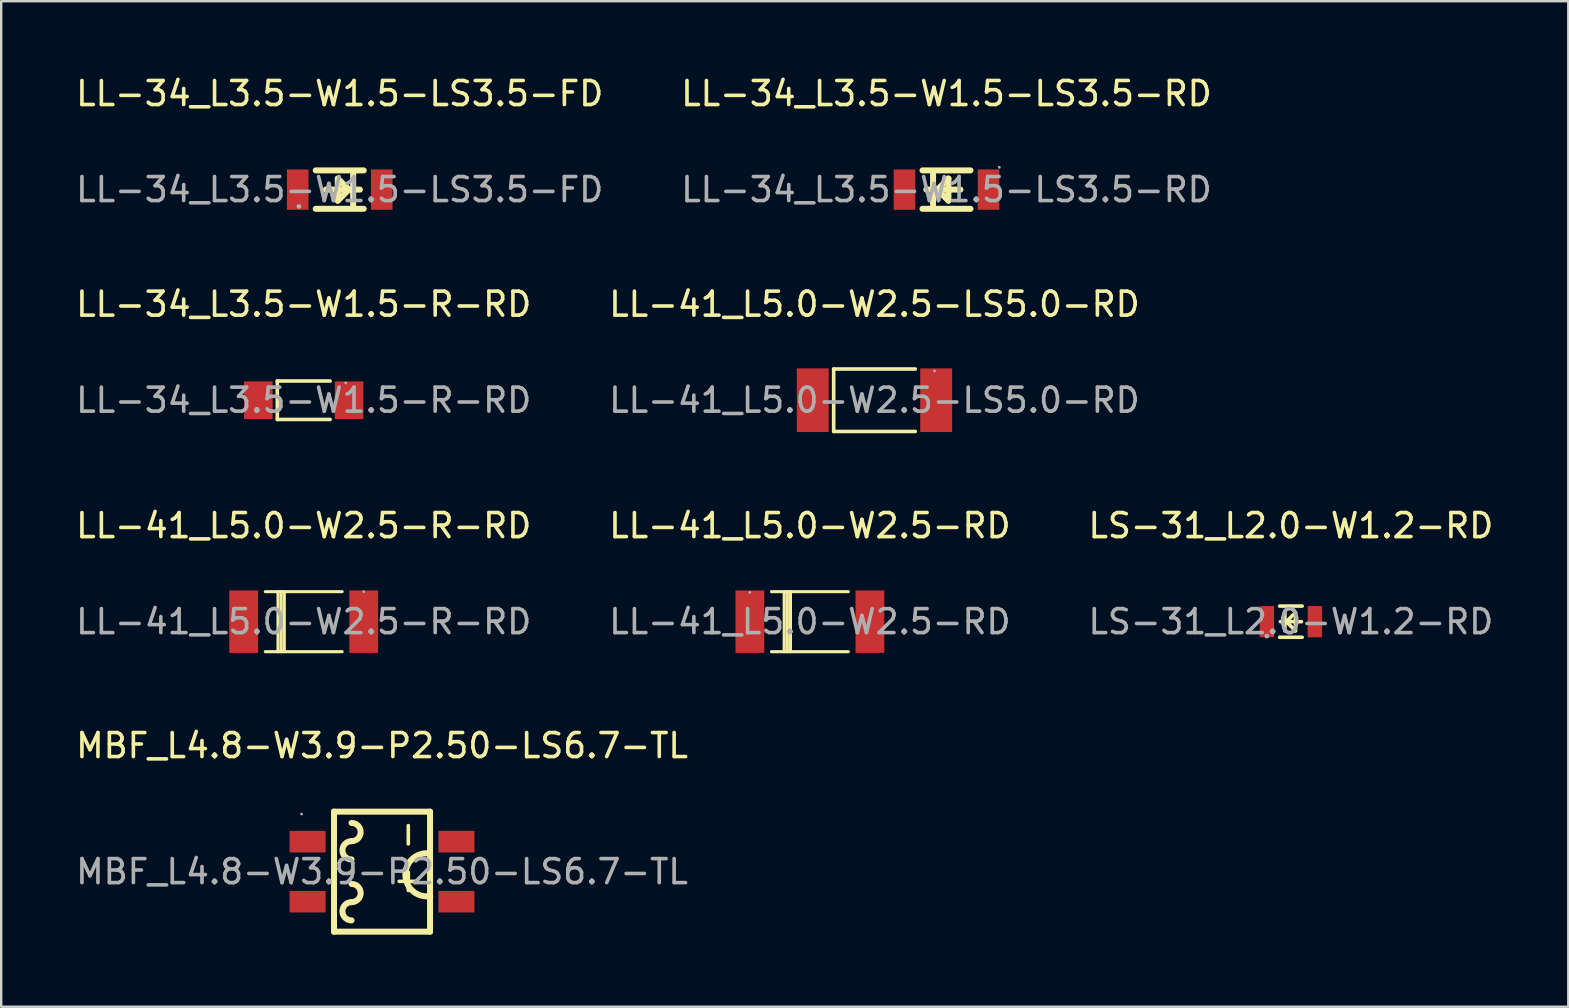
<source format=kicad_pcb>
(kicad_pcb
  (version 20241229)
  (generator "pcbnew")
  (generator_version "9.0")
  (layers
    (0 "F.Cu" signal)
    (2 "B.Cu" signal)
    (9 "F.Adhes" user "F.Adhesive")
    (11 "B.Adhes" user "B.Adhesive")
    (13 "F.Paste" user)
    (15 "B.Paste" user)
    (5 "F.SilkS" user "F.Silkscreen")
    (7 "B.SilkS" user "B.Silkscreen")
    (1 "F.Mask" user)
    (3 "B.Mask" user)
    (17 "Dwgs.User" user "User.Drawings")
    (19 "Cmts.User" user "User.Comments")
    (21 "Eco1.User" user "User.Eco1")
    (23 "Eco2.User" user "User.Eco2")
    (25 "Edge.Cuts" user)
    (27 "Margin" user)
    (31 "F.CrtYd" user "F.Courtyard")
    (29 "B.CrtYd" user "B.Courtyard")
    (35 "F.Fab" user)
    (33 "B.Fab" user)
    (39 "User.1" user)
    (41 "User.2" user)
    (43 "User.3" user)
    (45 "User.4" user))
  (footprint "LL-34_L3.5-W1.5-LS3.5-RD"
    (layer "F.Cu")
    (at 36.375 4.848)
    (property "Reference" "LL-34_L3.5-W1.5-LS3.5-RD" (at 0 -4 0) (layer "F.SilkS") (effects (font (size 1 1) (thickness 0.15))))
    (attr through_hole)
    (fp_line (start -0.56 0.63) (end -0.56 -0.64) (stroke (width 0.25) (type solid)) (layer "F.SilkS"))
    (fp_line (start -0.38 0) (end 0.08 0.46) (stroke (width 0.25) (type solid)) (layer "F.SilkS"))
    (fp_line (start 0.08 -0.46) (end -0.38 0) (stroke (width 0.25) (type solid)) (layer "F.SilkS"))
    (fp_line (start 0.08 0.46) (end 0.08 -0.46) (stroke (width 0.25) (type solid)) (layer "F.SilkS"))
    (fp_line (start 0.58 0) (end -0.84 0) (stroke (width 0.25) (type solid)) (layer "F.SilkS"))
    (fp_line (start 1 -0.8) (end -1 -0.8) (stroke (width 0.25) (type solid)) (layer "F.SilkS"))
    (fp_line (start 1 0.8) (end -1 0.8) (stroke (width 0.25) (type solid)) (layer "F.SilkS"))
    (fp_circle (center 2.2 -0.93) (end 2.23 -0.93) (stroke (width 0.06) (type solid)) (fill no) (layer "F.Fab"))
    (fp_text user "${REFERENCE}" (at 0 0 0) (layer "F.Fab") (effects (font (size 1 1) (thickness 0.15))))
    (pad "1" smd rect (at 1.75 0) (size 0.9 1.68) (layers "F.Cu" "F.Mask" "F.Paste"))
    (pad "2" smd rect (at -1.75 0) (size 0.9 1.68) (layers "F.Cu" "F.Mask" "F.Paste")))
  (footprint "MBF_L4.8-W3.9-P2.50-LS6.7-TL"
    (layer "F.Cu")
    (at 12.863 33.258)
    (property "Reference" "MBF_L4.8-W3.9-P2.50-LS6.7-TL" (at 0 -5.25 0) (layer "F.SilkS") (effects (font (size 1 1) (thickness 0.15))))
    (attr through_hole)
    (fp_line (start -2 -2.5) (end -2 2.5) (stroke (width 0.25) (type solid)) (layer "F.SilkS"))
    (fp_line (start -2 -2.5) (end 2 -2.5) (stroke (width 0.25) (type solid)) (layer "F.SilkS"))
    (fp_line (start 2 2.5) (end -2 2.5) (stroke (width 0.25) (type solid)) (layer "F.SilkS"))
    (fp_line (start 2 2.5) (end 2 -2.5) (stroke (width 0.25) (type solid)) (layer "F.SilkS"))
    (fp_arc (start -1.27 -2.03) (mid -0.89 -1.65) (end -1.27 -1.27) (stroke (width 0.25) (type solid)) (layer "F.SilkS"))
    (fp_arc (start -1.27 -0.51) (mid -1.65 -0.89) (end -1.27 -1.27) (stroke (width 0.25) (type solid)) (layer "F.SilkS"))
    (fp_arc (start -1.27 0.51) (mid -0.89 0.89) (end -1.27 1.27) (stroke (width 0.25) (type solid)) (layer "F.SilkS"))
    (fp_arc (start -1.27 2.03) (mid -1.65 1.65) (end -1.27 1.27) (stroke (width 0.25) (type solid)) (layer "F.SilkS"))
    (fp_arc (start 2.007443 1.018881) (mid 0.970564 0.133763) (end 2 -0.76) (stroke (width 0.25) (type solid)) (layer "F.SilkS"))
    (fp_circle (center -3.35 -2.4) (end -3.32 -2.4) (stroke (width 0.06) (type solid)) (fill no) (layer "F.Fab"))
    (fp_text user "-" (at 1.02 -0.82 90) (layer "F.SilkS") (effects (font (size 1 1) (thickness 0.15)) (justify left)))
    (fp_text user "+" (at 1.02 1.12 270) (layer "F.SilkS") (effects (font (size 1 1) (thickness 0.15)) (justify left)))
    (fp_text user "${REFERENCE}" (at 0 0 0) (layer "F.Fab") (effects (font (size 1 1) (thickness 0.15))))
    (pad "1" smd rect (at -3.1 -1.25 180) (size 1.5 0.9) (layers "F.Cu" "F.Mask" "F.Paste"))
    (pad "2" smd rect (at -3.1 1.25 180) (size 1.5 0.9) (layers "F.Cu" "F.Mask" "F.Paste"))
    (pad "3" smd rect (at 3.1 1.25 180) (size 1.5 0.9) (layers "F.Cu" "F.Mask" "F.Paste"))
    (pad "4" smd rect (at 3.1 -1.25 180) (size 1.5 0.9) (layers "F.Cu" "F.Mask" "F.Paste")))
  (footprint "LL-34_L3.5-W1.5-LS3.5-FD"
    (layer "F.Cu")
    (at 11.101 4.848)
    (property "Reference" "LL-34_L3.5-W1.5-LS3.5-FD" (at 0 -4 0) (layer "F.SilkS") (effects (font (size 1 1) (thickness 0.15))))
    (attr through_hole)
    (fp_line (start -1 -0.8) (end 1 -0.8) (stroke (width 0.25) (type solid)) (layer "F.SilkS"))
    (fp_line (start -1 0.8) (end 1 0.8) (stroke (width 0.25) (type solid)) (layer "F.SilkS"))
    (fp_line (start -0.58 0) (end 0.84 0) (stroke (width 0.25) (type solid)) (layer "F.SilkS"))
    (fp_line (start -0.08 -0.46) (end -0.08 0.46) (stroke (width 0.25) (type solid)) (layer "F.SilkS"))
    (fp_line (start -0.08 0.46) (end 0.38 0) (stroke (width 0.25) (type solid)) (layer "F.SilkS"))
    (fp_line (start 0.38 0) (end -0.08 -0.46) (stroke (width 0.25) (type solid)) (layer "F.SilkS"))
    (fp_line (start 0.56 -0.64) (end 0.56 0.63) (stroke (width 0.25) (type solid)) (layer "F.SilkS"))
    (fp_circle (center -1.7 0.7) (end -1.65 0.7) (stroke (width 0.1) (type solid)) (fill no) (layer "F.Fab"))
    (fp_text user "${REFERENCE}" (at 0 0 0) (layer "F.Fab") (effects (font (size 1 1) (thickness 0.15))))
    (pad "1" smd rect (at -1.75 0 180) (size 0.9 1.68) (layers "F.Cu" "F.Mask" "F.Paste"))
    (pad "2" smd rect (at 1.75 0 180) (size 0.9 1.68) (layers "F.Cu" "F.Mask" "F.Paste")))
  (footprint "LL-41_L5.0-W2.5-LS5.0-RD"
    (layer "F.Cu")
    (at 33.375 13.621)
    (property "Reference" "LL-41_L5.0-W2.5-LS5.0-RD" (at 0 -4 0) (layer "F.SilkS") (effects (font (size 1 1) (thickness 0.15))))
    (attr through_hole)
    (fp_line (start -1.7 -1.3) (end -1.7 1.3) (stroke (width 0.15) (type solid)) (layer "F.SilkS"))
    (fp_line (start -1.7 -1.3) (end 1.7 -1.3) (stroke (width 0.15) (type solid)) (layer "F.SilkS"))
    (fp_line (start -1.7 1.3) (end 1.7 1.3) (stroke (width 0.15) (type solid)) (layer "F.SilkS"))
    (fp_circle (center 2.5 -1.22) (end 2.53 -1.22) (stroke (width 0.06) (type solid)) (fill no) (layer "F.Fab"))
    (fp_text user "${REFERENCE}" (at 0 0 0) (layer "F.Fab") (effects (font (size 1 1) (thickness 0.15))))
    (pad "1" smd rect (at 2.57 0) (size 1.33 2.65) (layers "F.Cu" "F.Mask" "F.Paste"))
    (pad "2" smd rect (at -2.57 0) (size 1.33 2.65) (layers "F.Cu" "F.Mask" "F.Paste")))
  (footprint "LL-34_L3.5-W1.5-R-RD"
    (layer "F.Cu")
    (at 9.601 13.621)
    (property "Reference" "LL-34_L3.5-W1.5-R-RD" (at 0 -4 0) (layer "F.SilkS") (effects (font (size 1 1) (thickness 0.15))))
    (attr through_hole)
    (fp_line (start -1.1 -0.8) (end -1.1 0.8) (stroke (width 0.15) (type solid)) (layer "F.SilkS"))
    (fp_line (start -1.1 -0.8) (end 1.1 -0.8) (stroke (width 0.15) (type solid)) (layer "F.SilkS"))
    (fp_line (start -1.1 0.8) (end 1.1 0.8) (stroke (width 0.15) (type solid)) (layer "F.SilkS"))
    (fp_circle (center 1.75 -0.72) (end 1.78 -0.72) (stroke (width 0.06) (type solid)) (fill no) (layer "F.Fab"))
    (fp_text user "${REFERENCE}" (at 0 0 0) (layer "F.Fab") (effects (font (size 1 1) (thickness 0.15))))
    (pad "1" smd rect (at 1.89 0) (size 1.19 1.57) (layers "F.Cu" "F.Mask" "F.Paste"))
    (pad "2" smd rect (at -1.89 0) (size 1.19 1.57) (layers "F.Cu" "F.Mask" "F.Paste")))
  (footprint "LL-41_L5.0-W2.5-RD"
    (layer "F.Cu")
    (at 30.685 22.845)
    (property "Reference" "LL-41_L5.0-W2.5-RD" (at 0 -4 0) (layer "F.SilkS") (effects (font (size 1 1) (thickness 0.15))))
    (attr through_hole)
    (fp_line (start -1.6 -1.25) (end 1.6 -1.25) (stroke (width 0.13) (type solid)) (layer "F.SilkS"))
    (fp_line (start -1.6 1.25) (end 1.6 1.25) (stroke (width 0.13) (type solid)) (layer "F.SilkS"))
    (fp_line (start -1.07 -1.25) (end -1.07 1.25) (stroke (width 0.13) (type solid)) (layer "F.SilkS"))
    (fp_line (start -0.94 -1.25) (end -0.94 1.25) (stroke (width 0.13) (type solid)) (layer "F.SilkS"))
    (fp_line (start -0.81 -1.25) (end -0.81 1.25) (stroke (width 0.13) (type solid)) (layer "F.SilkS"))
    (fp_circle (center -2.5 -1.22) (end -2.47 -1.22) (stroke (width 0.06) (type solid)) (fill no) (layer "F.Fab"))
    (fp_text user "${REFERENCE}" (at 0 0 0) (layer "F.Fab") (effects (font (size 1 1) (thickness 0.15))))
    (pad "1" smd rect (at -2.5 0 180) (size 1.2 2.6) (layers "F.Cu" "F.Mask" "F.Paste"))
    (pad "2" smd rect (at 2.5 0 180) (size 1.2 2.6) (layers "F.Cu" "F.Mask" "F.Paste")))
  (footprint "LL-41_L5.0-W2.5-R-RD"
    (layer "F.Cu")
    (at 9.601 22.845)
    (property "Reference" "LL-41_L5.0-W2.5-R-RD" (at 0 -4 0) (layer "F.SilkS") (effects (font (size 1 1) (thickness 0.15))))
    (attr through_hole)
    (fp_line (start -1.6 -1.25) (end 1.6 -1.25) (stroke (width 0.13) (type solid)) (layer "F.SilkS"))
    (fp_line (start -1.6 1.25) (end 1.6 1.25) (stroke (width 0.13) (type solid)) (layer "F.SilkS"))
    (fp_line (start -1.07 -1.25) (end -1.07 1.25) (stroke (width 0.13) (type solid)) (layer "F.SilkS"))
    (fp_line (start -0.94 -1.25) (end -0.94 1.25) (stroke (width 0.13) (type solid)) (layer "F.SilkS"))
    (fp_line (start -0.81 -1.25) (end -0.81 1.25) (stroke (width 0.13) (type solid)) (layer "F.SilkS"))
    (fp_circle (center 2.5 -1.25) (end 2.53 -1.25) (stroke (width 0.06) (type solid)) (fill no) (layer "F.Fab"))
    (fp_text user "${REFERENCE}" (at 0 0 0) (layer "F.Fab") (effects (font (size 1 1) (thickness 0.15))))
    (pad "1" smd rect (at 2.5 0 180) (size 1.2 2.6) (layers "F.Cu" "F.Mask" "F.Paste"))
    (pad "2" smd rect (at -2.5 0 180) (size 1.2 2.6) (layers "F.Cu" "F.Mask" "F.Paste")))
  (footprint "LS-31_L2.0-W1.2-RD"
    (layer "F.Cu")
    (at 50.72 22.845)
    (property "Reference" "LS-31_L2.0-W1.2-RD" (at 0 -4 0) (layer "F.SilkS") (effects (font (size 1 1) (thickness 0.15))))
    (attr through_hole)
    (fp_line (start -0.47 -0.65) (end 0.47 -0.65) (stroke (width 0.15) (type solid)) (layer "F.SilkS"))
    (fp_line (start -0.47 0.65) (end 0.47 0.65) (stroke (width 0.15) (type solid)) (layer "F.SilkS"))
    (fp_line (start -0.44 0) (end 0.44 0) (stroke (width 0.15) (type solid)) (layer "F.SilkS"))
    (fp_line (start -0.25 -0.38) (end -0.25 0.38) (stroke (width 0.15) (type solid)) (layer "F.SilkS"))
    (fp_line (start -0.19 0) (end 0.19 -0.38) (stroke (width 0.15) (type solid)) (layer "F.SilkS"))
    (fp_line (start 0.19 -0.38) (end 0.19 0.38) (stroke (width 0.15) (type solid)) (layer "F.SilkS"))
    (fp_line (start 0.19 0.38) (end -0.19 0) (stroke (width 0.15) (type solid)) (layer "F.SilkS"))
    (fp_circle (center -1 0.6) (end -0.95 0.6) (stroke (width 0.1) (type solid)) (fill no) (layer "F.Fab"))
    (fp_text user "${REFERENCE}" (at 0 0 0) (layer "F.Fab") (effects (font (size 1 1) (thickness 0.15))))
    (pad "1" smd rect (at -1 0 90) (size 1.3 0.6) (layers "F.Cu" "F.Mask" "F.Paste"))
    (pad "2" smd rect (at 1 0 90) (size 1.3 0.6) (layers "F.Cu" "F.Mask" "F.Paste")))
  (gr_rect
    (start -3 -3)
    (end 62.274 38.883)
    (stroke (width 0.1) (type default))
    (fill no)
    (layer "Edge.Cuts")))
</source>
